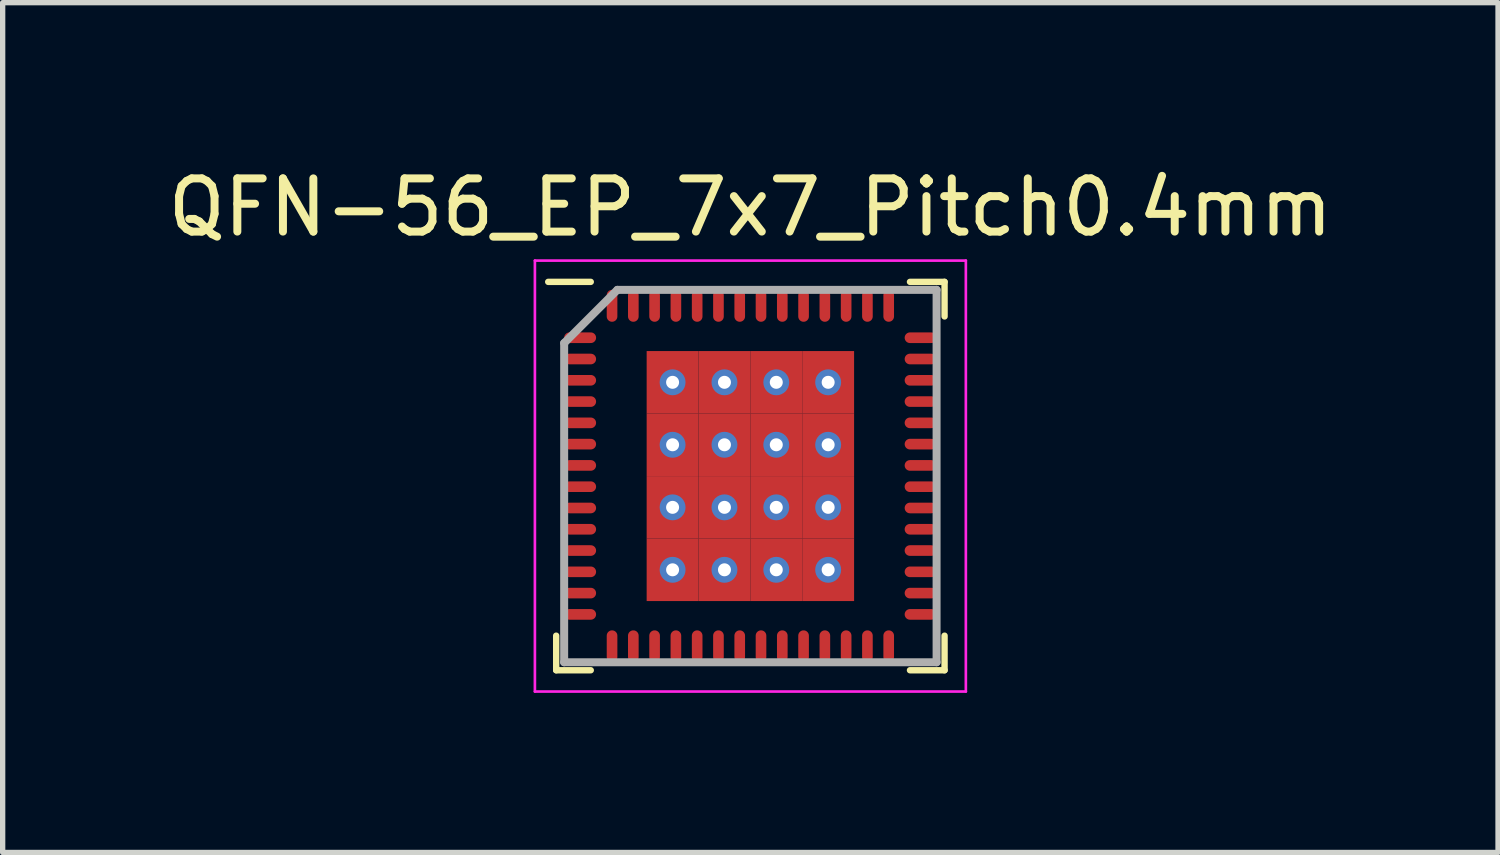
<source format=kicad_pcb>
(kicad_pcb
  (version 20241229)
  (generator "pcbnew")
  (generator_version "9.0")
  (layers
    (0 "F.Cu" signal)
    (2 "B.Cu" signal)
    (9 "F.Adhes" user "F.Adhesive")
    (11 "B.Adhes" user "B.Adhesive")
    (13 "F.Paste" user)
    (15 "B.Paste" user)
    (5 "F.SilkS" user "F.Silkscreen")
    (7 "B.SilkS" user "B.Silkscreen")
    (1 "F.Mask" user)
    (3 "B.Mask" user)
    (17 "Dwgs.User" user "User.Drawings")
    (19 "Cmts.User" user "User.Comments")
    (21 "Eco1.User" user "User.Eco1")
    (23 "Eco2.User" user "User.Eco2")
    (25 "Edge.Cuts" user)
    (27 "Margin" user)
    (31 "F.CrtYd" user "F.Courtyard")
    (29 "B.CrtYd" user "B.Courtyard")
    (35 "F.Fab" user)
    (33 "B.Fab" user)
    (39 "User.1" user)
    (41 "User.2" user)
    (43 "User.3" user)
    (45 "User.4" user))
  (footprint "QFN-56_EP_7x7_Pitch0.4mm"
    (layer "F.Cu")
    (at 11.054 5.898)
    (property "Reference" "QFN-56_EP_7x7_Pitch0.4mm" (at 0 -5.05 0) (layer "F.SilkS") (effects (font (size 1 1) (thickness 0.15))))
    (attr smd)
    (fp_line (start -3.65 3.65) (end -3.65 3) (stroke (width 0.12) (type solid)) (layer "F.SilkS"))
    (fp_line (start -3 -3.65) (end -3.8 -3.65) (stroke (width 0.12) (type solid)) (layer "F.SilkS"))
    (fp_line (start -3 3.65) (end -3.65 3.65) (stroke (width 0.12) (type solid)) (layer "F.SilkS"))
    (fp_line (start 3 -3.65) (end 3.65 -3.65) (stroke (width 0.12) (type solid)) (layer "F.SilkS"))
    (fp_line (start 3 3.65) (end 3.65 3.65) (stroke (width 0.12) (type solid)) (layer "F.SilkS"))
    (fp_line (start 3.65 -3.65) (end 3.65 -3) (stroke (width 0.12) (type solid)) (layer "F.SilkS"))
    (fp_line (start 3.65 3.65) (end 3.65 3) (stroke (width 0.12) (type solid)) (layer "F.SilkS"))
    (fp_line (start -4.05 -4.05) (end 4.05 -4.05) (stroke (width 0.05) (type solid)) (layer "F.CrtYd"))
    (fp_line (start -4.05 4.05) (end -4.05 -4.05) (stroke (width 0.05) (type solid)) (layer "F.CrtYd"))
    (fp_line (start 4.05 -4.05) (end 4.05 4.05) (stroke (width 0.05) (type solid)) (layer "F.CrtYd"))
    (fp_line (start 4.05 4.05) (end -4.05 4.05) (stroke (width 0.05) (type solid)) (layer "F.CrtYd"))
    (fp_line (start -3.5 -2.5) (end -3.5 3.5) (stroke (width 0.15) (type solid)) (layer "F.Fab"))
    (fp_line (start -3.5 3.5) (end 3.5 3.5) (stroke (width 0.15) (type solid)) (layer "F.Fab"))
    (fp_line (start -2.5 -3.5) (end -3.5 -2.5) (stroke (width 0.15) (type solid)) (layer "F.Fab"))
    (fp_line (start 3.5 -3.5) (end -2.5 -3.5) (stroke (width 0.15) (type solid)) (layer "F.Fab"))
    (fp_line (start 3.5 3.5) (end 3.5 -3.5) (stroke (width 0.15) (type solid)) (layer "F.Fab"))
    (pad "1" smd oval (at -3.2 -2.6 90) (size 0.2 0.6) (layers "F.Cu" "F.Mask" "F.Paste"))
    (pad "2" smd oval (at -3.2 -2.2 90) (size 0.2 0.6) (layers "F.Cu" "F.Mask" "F.Paste"))
    (pad "3" smd oval (at -3.2 -1.8 90) (size 0.2 0.6) (layers "F.Cu" "F.Mask" "F.Paste"))
    (pad "4" smd oval (at -3.2 -1.4 90) (size 0.2 0.6) (layers "F.Cu" "F.Mask" "F.Paste"))
    (pad "5" smd oval (at -3.2 -1 90) (size 0.2 0.6) (layers "F.Cu" "F.Mask" "F.Paste"))
    (pad "6" smd oval (at -3.2 -0.6 90) (size 0.2 0.6) (layers "F.Cu" "F.Mask" "F.Paste"))
    (pad "7" smd oval (at -3.2 -0.2 90) (size 0.2 0.6) (layers "F.Cu" "F.Mask" "F.Paste"))
    (pad "8" smd oval (at -3.2 0.2 90) (size 0.2 0.6) (layers "F.Cu" "F.Mask" "F.Paste"))
    (pad "9" smd oval (at -3.2 0.6 90) (size 0.2 0.6) (layers "F.Cu" "F.Mask" "F.Paste"))
    (pad "10" smd oval (at -3.2 1 90) (size 0.2 0.6) (layers "F.Cu" "F.Mask" "F.Paste"))
    (pad "11" smd oval (at -3.2 1.4 90) (size 0.2 0.6) (layers "F.Cu" "F.Mask" "F.Paste"))
    (pad "12" smd oval (at -3.2 1.8 90) (size 0.2 0.6) (layers "F.Cu" "F.Mask" "F.Paste"))
    (pad "13" smd oval (at -3.2 2.2 90) (size 0.2 0.6) (layers "F.Cu" "F.Mask" "F.Paste"))
    (pad "14" smd oval (at -3.2 2.6 90) (size 0.2 0.6) (layers "F.Cu" "F.Mask" "F.Paste"))
    (pad "15" smd oval (at -2.6 3.2) (size 0.2 0.6) (layers "F.Cu" "F.Mask" "F.Paste"))
    (pad "16" smd oval (at -2.2 3.2) (size 0.2 0.6) (layers "F.Cu" "F.Mask" "F.Paste"))
    (pad "17" smd oval (at -1.8 3.2) (size 0.2 0.6) (layers "F.Cu" "F.Mask" "F.Paste"))
    (pad "18" smd oval (at -1.4 3.2) (size 0.2 0.6) (layers "F.Cu" "F.Mask" "F.Paste"))
    (pad "19" smd oval (at -1 3.2) (size 0.2 0.6) (layers "F.Cu" "F.Mask" "F.Paste"))
    (pad "20" smd oval (at -0.6 3.2) (size 0.2 0.6) (layers "F.Cu" "F.Mask" "F.Paste"))
    (pad "21" smd oval (at -0.2 3.2) (size 0.2 0.6) (layers "F.Cu" "F.Mask" "F.Paste"))
    (pad "22" smd oval (at 0.2 3.2) (size 0.2 0.6) (layers "F.Cu" "F.Mask" "F.Paste"))
    (pad "23" smd oval (at 0.6 3.2) (size 0.2 0.6) (layers "F.Cu" "F.Mask" "F.Paste"))
    (pad "24" smd oval (at 1 3.2) (size 0.2 0.6) (layers "F.Cu" "F.Mask" "F.Paste"))
    (pad "25" smd oval (at 1.4 3.2) (size 0.2 0.6) (layers "F.Cu" "F.Mask" "F.Paste"))
    (pad "26" smd oval (at 1.8 3.2) (size 0.2 0.6) (layers "F.Cu" "F.Mask" "F.Paste"))
    (pad "27" smd oval (at 2.2 3.2) (size 0.2 0.6) (layers "F.Cu" "F.Mask" "F.Paste"))
    (pad "28" smd oval (at 2.6 3.2) (size 0.2 0.6) (layers "F.Cu" "F.Mask" "F.Paste"))
    (pad "29" smd oval (at 3.2 2.6 90) (size 0.2 0.6) (layers "F.Cu" "F.Mask" "F.Paste"))
    (pad "30" smd oval (at 3.2 2.2 90) (size 0.2 0.6) (layers "F.Cu" "F.Mask" "F.Paste"))
    (pad "31" smd oval (at 3.2 1.8 90) (size 0.2 0.6) (layers "F.Cu" "F.Mask" "F.Paste"))
    (pad "32" smd oval (at 3.2 1.4 90) (size 0.2 0.6) (layers "F.Cu" "F.Mask" "F.Paste"))
    (pad "33" smd oval (at 3.2 1 90) (size 0.2 0.6) (layers "F.Cu" "F.Mask" "F.Paste"))
    (pad "34" smd oval (at 3.2 0.6 90) (size 0.2 0.6) (layers "F.Cu" "F.Mask" "F.Paste"))
    (pad "35" smd oval (at 3.2 0.2 90) (size 0.2 0.6) (layers "F.Cu" "F.Mask" "F.Paste"))
    (pad "36" smd oval (at 3.2 -0.2 90) (size 0.2 0.6) (layers "F.Cu" "F.Mask" "F.Paste"))
    (pad "37" smd oval (at 3.2 -0.6 90) (size 0.2 0.6) (layers "F.Cu" "F.Mask" "F.Paste"))
    (pad "38" smd oval (at 3.2 -1 90) (size 0.2 0.6) (layers "F.Cu" "F.Mask" "F.Paste"))
    (pad "39" smd oval (at 3.2 -1.4 90) (size 0.2 0.6) (layers "F.Cu" "F.Mask" "F.Paste"))
    (pad "40" smd oval (at 3.2 -1.8 90) (size 0.2 0.6) (layers "F.Cu" "F.Mask" "F.Paste"))
    (pad "41" smd oval (at 3.2 -2.2 90) (size 0.2 0.6) (layers "F.Cu" "F.Mask" "F.Paste"))
    (pad "42" smd oval (at 3.2 -2.6 90) (size 0.2 0.6) (layers "F.Cu" "F.Mask" "F.Paste"))
    (pad "43" smd oval (at 2.6 -3.2) (size 0.2 0.6) (layers "F.Cu" "F.Mask" "F.Paste"))
    (pad "44" smd oval (at 2.2 -3.2) (size 0.2 0.6) (layers "F.Cu" "F.Mask" "F.Paste"))
    (pad "45" smd oval (at 1.8 -3.2) (size 0.2 0.6) (layers "F.Cu" "F.Mask" "F.Paste"))
    (pad "46" smd oval (at 1.4 -3.2) (size 0.2 0.6) (layers "F.Cu" "F.Mask" "F.Paste"))
    (pad "47" smd oval (at 1 -3.2) (size 0.2 0.6) (layers "F.Cu" "F.Mask" "F.Paste"))
    (pad "48" smd oval (at 0.6 -3.2) (size 0.2 0.6) (layers "F.Cu" "F.Mask" "F.Paste"))
    (pad "49" smd oval (at 0.2 -3.2) (size 0.2 0.6) (layers "F.Cu" "F.Mask" "F.Paste"))
    (pad "50" smd oval (at -0.2 -3.2) (size 0.2 0.6) (layers "F.Cu" "F.Mask" "F.Paste"))
    (pad "51" smd oval (at -0.6 -3.2) (size 0.2 0.6) (layers "F.Cu" "F.Mask" "F.Paste"))
    (pad "52" smd oval (at -1 -3.2) (size 0.2 0.6) (layers "F.Cu" "F.Mask" "F.Paste"))
    (pad "53" smd oval (at -1.4 -3.2) (size 0.2 0.6) (layers "F.Cu" "F.Mask" "F.Paste"))
    (pad "54" smd oval (at -1.8 -3.2) (size 0.2 0.6) (layers "F.Cu" "F.Mask" "F.Paste"))
    (pad "55" smd oval (at -2.2 -3.2) (size 0.2 0.6) (layers "F.Cu" "F.Mask" "F.Paste"))
    (pad "56" smd oval (at -2.6 -3.2) (size 0.2 0.6) (layers "F.Cu" "F.Mask" "F.Paste"))
    (pad "57" thru_hole circle (at -1.462 -1.762) (size 0.487 0.487) (drill 0.244) (layers "*.Cu" "*.Mask"))
    (pad "57" smd rect (at -1.462 -1.762) (size 0.975 1.175) (layers "F.Cu" "F.Mask" "F.Paste"))
    (pad "57" thru_hole circle (at -1.462 -0.588) (size 0.487 0.487) (drill 0.244) (layers "*.Cu" "*.Mask"))
    (pad "57" smd rect (at -1.462 -0.588) (size 0.975 1.175) (layers "F.Cu" "F.Mask" "F.Paste"))
    (pad "57" thru_hole circle (at -1.462 0.588) (size 0.487 0.487) (drill 0.244) (layers "*.Cu" "*.Mask"))
    (pad "57" smd rect (at -1.462 0.588) (size 0.975 1.175) (layers "F.Cu" "F.Mask" "F.Paste"))
    (pad "57" thru_hole circle (at -1.462 1.762) (size 0.487 0.487) (drill 0.244) (layers "*.Cu" "*.Mask"))
    (pad "57" smd rect (at -1.462 1.762) (size 0.975 1.175) (layers "F.Cu" "F.Mask" "F.Paste"))
    (pad "57" thru_hole circle (at -0.487 -1.762) (size 0.487 0.487) (drill 0.244) (layers "*.Cu" "*.Mask"))
    (pad "57" smd rect (at -0.487 -1.762) (size 0.975 1.175) (layers "F.Cu" "F.Mask" "F.Paste"))
    (pad "57" thru_hole circle (at -0.487 -0.588) (size 0.487 0.487) (drill 0.244) (layers "*.Cu" "*.Mask"))
    (pad "57" smd rect (at -0.487 -0.588) (size 0.975 1.175) (layers "F.Cu" "F.Mask" "F.Paste"))
    (pad "57" thru_hole circle (at -0.487 0.588) (size 0.487 0.487) (drill 0.244) (layers "*.Cu" "*.Mask"))
    (pad "57" smd rect (at -0.487 0.588) (size 0.975 1.175) (layers "F.Cu" "F.Mask" "F.Paste"))
    (pad "57" thru_hole circle (at -0.487 1.762) (size 0.487 0.487) (drill 0.244) (layers "*.Cu" "*.Mask"))
    (pad "57" smd rect (at -0.487 1.762) (size 0.975 1.175) (layers "F.Cu" "F.Mask" "F.Paste"))
    (pad "57" thru_hole circle (at 0.487 -1.762) (size 0.487 0.487) (drill 0.244) (layers "*.Cu" "*.Mask"))
    (pad "57" smd rect (at 0.487 -1.762) (size 0.975 1.175) (layers "F.Cu" "F.Mask" "F.Paste"))
    (pad "57" thru_hole circle (at 0.487 -0.588) (size 0.487 0.487) (drill 0.244) (layers "*.Cu" "*.Mask"))
    (pad "57" smd rect (at 0.487 -0.588) (size 0.975 1.175) (layers "F.Cu" "F.Mask" "F.Paste"))
    (pad "57" thru_hole circle (at 0.487 0.588) (size 0.487 0.487) (drill 0.244) (layers "*.Cu" "*.Mask"))
    (pad "57" smd rect (at 0.487 0.588) (size 0.975 1.175) (layers "F.Cu" "F.Mask" "F.Paste"))
    (pad "57" thru_hole circle (at 0.487 1.762) (size 0.487 0.487) (drill 0.244) (layers "*.Cu" "*.Mask"))
    (pad "57" smd rect (at 0.487 1.762) (size 0.975 1.175) (layers "F.Cu" "F.Mask" "F.Paste"))
    (pad "57" thru_hole circle (at 1.462 -1.762) (size 0.487 0.487) (drill 0.244) (layers "*.Cu" "*.Mask"))
    (pad "57" smd rect (at 1.462 -1.762) (size 0.975 1.175) (layers "F.Cu" "F.Mask" "F.Paste"))
    (pad "57" thru_hole circle (at 1.462 -0.588) (size 0.487 0.487) (drill 0.244) (layers "*.Cu" "*.Mask"))
    (pad "57" smd rect (at 1.462 -0.588) (size 0.975 1.175) (layers "F.Cu" "F.Mask" "F.Paste"))
    (pad "57" thru_hole circle (at 1.462 0.588) (size 0.487 0.487) (drill 0.244) (layers "*.Cu" "*.Mask"))
    (pad "57" smd rect (at 1.462 0.588) (size 0.975 1.175) (layers "F.Cu" "F.Mask" "F.Paste"))
    (pad "57" thru_hole circle (at 1.462 1.762) (size 0.487 0.487) (drill 0.244) (layers "*.Cu" "*.Mask"))
    (pad "57" smd rect (at 1.462 1.762) (size 0.975 1.175) (layers "F.Cu" "F.Mask" "F.Paste")))
  (gr_rect
    (start -3 -3)
    (end 25.107 12.973)
    (stroke (width 0.1) (type default))
    (fill no)
    (layer "Edge.Cuts")))
</source>
